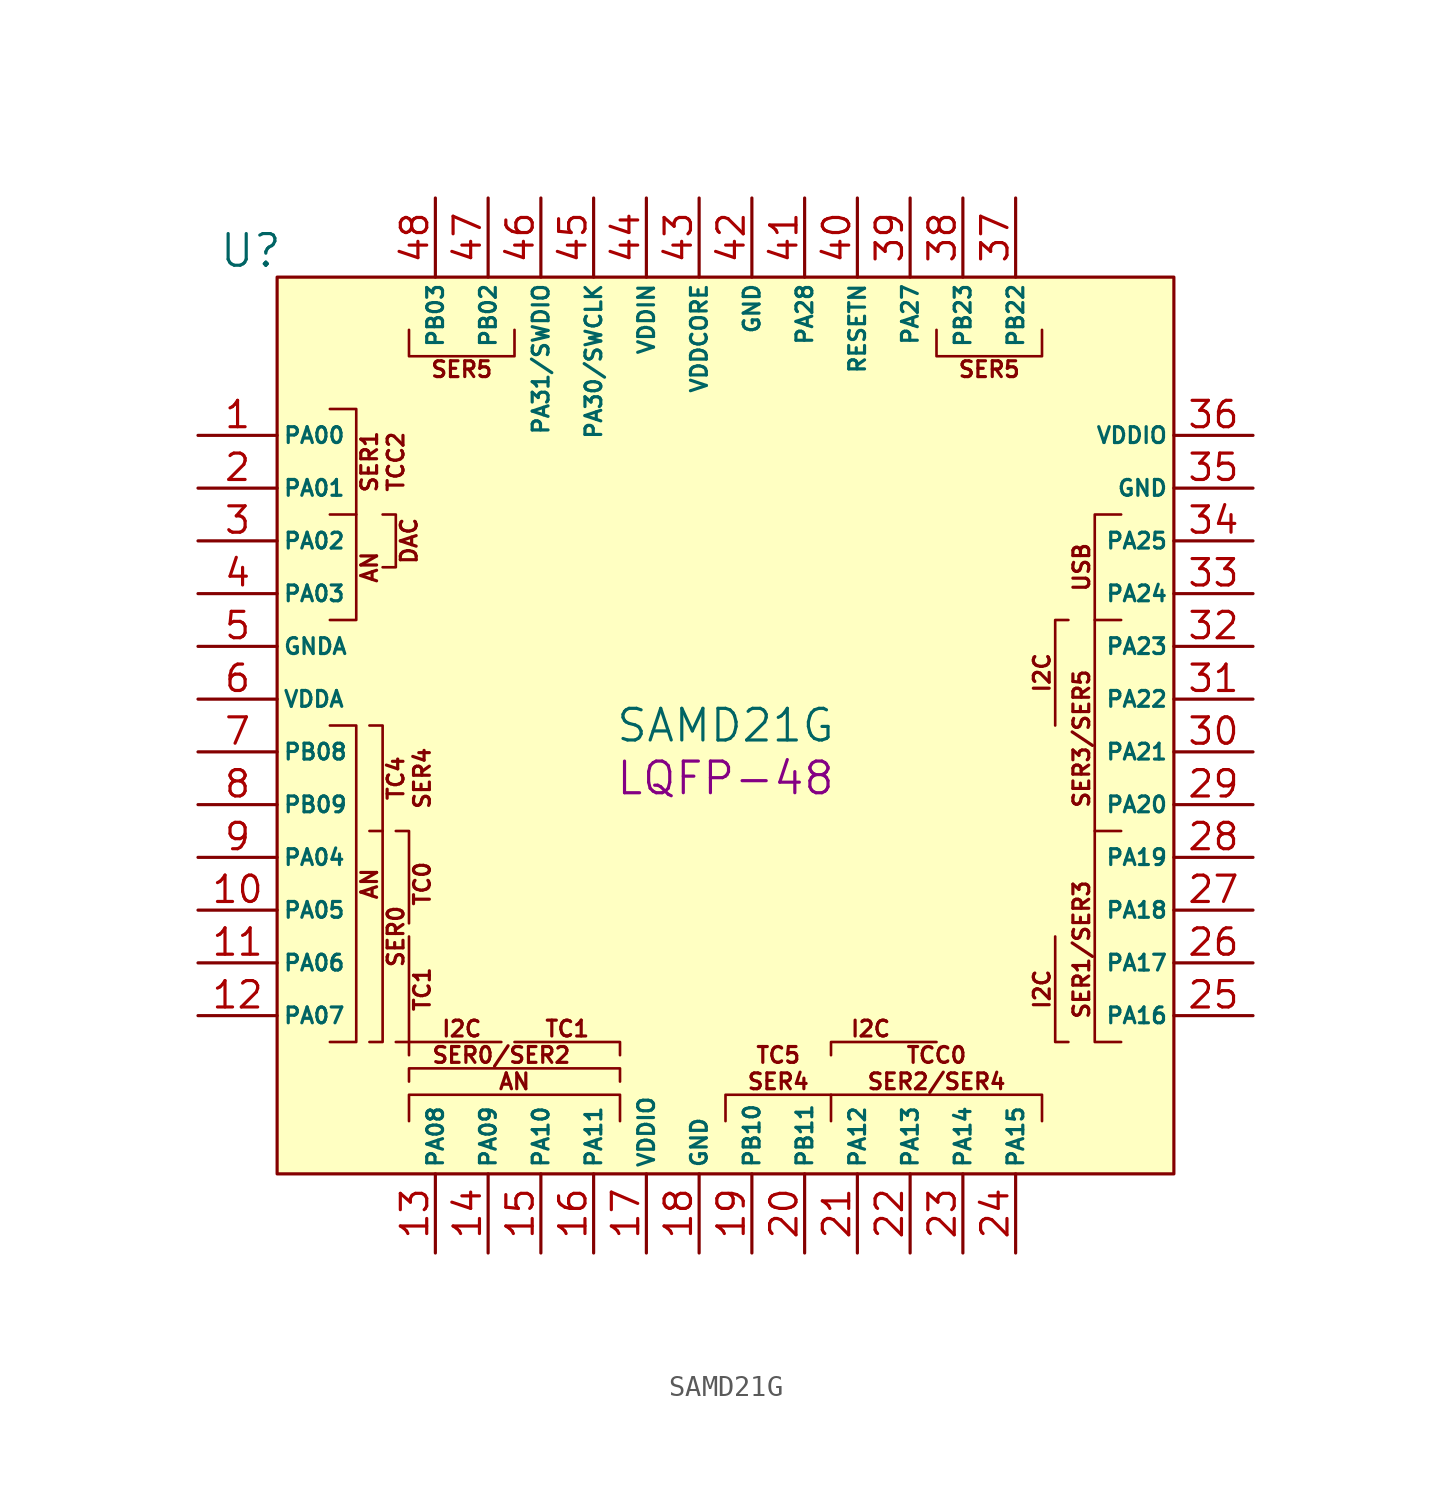
<source format=kicad_sym>
(kicad_symbol_lib
  (version 20220914)
  (generator kicad_symbol_editor)
  (symbol "SAMD21G"
    (pin_names
      (offset 0.254))
    (property "Reference" "U"
      (at -22.86 22.86 0)
      (effects (font (size 1.524 1.524))))
    (property "Value" "SAMD21G"
      (at 0 0 0)
      (effects (font (size 1.524 1.524))))
    (property "Footprint" "LQFP-48"
      (at 0 -2.54 0)
      (effects (font (size 1.524 1.524))))
    (property "Datasheet" ""
      (at 0 0 0)
      (effects (font (size 1.524 1.524))))
    (symbol "SAMD21G_0_0"
      (polyline (pts (xy 5.08 -15.875) (xy 5.08 -15.24) (xy 10.16 -15.24)) (stroke (width 0.127) (type default)) (fill (type none)))
      (polyline (pts (xy 16.51 -15.24) (xy 15.875 -15.24) (xy 15.875 -10.16)) (stroke (width 0.127) (type default)) (fill (type none)))
      (polyline (pts (xy 16.51 5.08) (xy 15.875 5.08) (xy 15.875 0)) (stroke (width 0.127) (type default)) (fill (type none)))
      (polyline (pts (xy 17.78 -5.08) (xy 17.78 5.08) (xy 19.05 5.08)) (stroke (width 0.127) (type default)) (fill (type none)))
      (polyline (pts (xy 17.78 5.08) (xy 17.78 10.16) (xy 19.05 10.16)) (stroke (width 0.127) (type default)) (fill (type none)))
      (polyline (pts (xy 10.16 19.05) (xy 10.16 17.78) (xy 15.24 17.78) (xy 15.24 19.05)) (stroke (width 0.127) (type default)) (fill (type none)))
      (polyline (pts (xy 19.05 -15.24) (xy 17.78 -15.24) (xy 17.78 -5.08) (xy 19.05 -5.08)) (stroke (width 0.127) (type default)) (fill (type none)))
      (text "AN" (at -17.145 -7.62 900) (effects (font (size 0.762 0.762))))
      (text "AN" (at -17.145 7.62 900) (effects (font (size 0.762 0.762))))
      (text "AN" (at -10.16 -17.145 0) (effects (font (size 0.762 0.762))))
      (text "I2C" (at 15.24 -12.7 900) (effects (font (size 0.762 0.762))))
      (text "I2C" (at 15.24 2.54 900) (effects (font (size 0.762 0.762))))
      (text "SER1" (at -17.145 12.7 900) (effects (font (size 0.762 0.762))))
      (text "SER1/SER3" (at 17.145 -10.795 900) (effects (font (size 0.762 0.762))))
      (text "SER2/SER4" (at 10.16 -17.145 0) (effects (font (size 0.762 0.762))))
      (text "SER3/SER5" (at 17.145 -0.635 900) (effects (font (size 0.762 0.762))))
      (text "TCC0" (at 10.16 -15.875 0) (effects (font (size 0.762 0.762))))
      (text "USB" (at 17.145 7.62 900) (effects (font (size 0.762 0.762)))))
    (symbol "SAMD21G_0_1"
      (rectangle (start -21.59 21.59) (end 21.59 -21.59) (stroke (width 0) (type default)) (fill (type background))))
    (symbol "SAMD21G_1_0"
      (polyline (pts (xy -15.24 -15.24) (xy -15.24 -15.875)) (stroke (width 0.127) (type default)) (fill (type none)))
      (polyline (pts (xy -10.795 -15.24) (xy -15.24 -15.24)) (stroke (width 0.127) (type default)) (fill (type none)))
      (polyline (pts (xy -19.05 5.08) (xy -17.78 5.08) (xy -17.78 10.16)) (stroke (width 0.127) (type default)) (fill (type none)))
      (polyline (pts (xy -16.51 -5.08) (xy -16.51 -15.24) (xy -17.145 -15.24)) (stroke (width 0.127) (type default)) (fill (type none)))
      (polyline (pts (xy -15.875 -15.24) (xy -15.24 -15.24) (xy -15.24 -10.16)) (stroke (width 0.127) (type default)) (fill (type none)))
      (polyline (pts (xy -15.875 -5.08) (xy -15.24 -5.08) (xy -15.24 -9.525)) (stroke (width 0.127) (type default)) (fill (type none)))
      (polyline (pts (xy -10.16 -15.24) (xy -5.08 -15.24) (xy -5.08 -15.875)) (stroke (width 0.127) (type default)) (fill (type none)))
      (polyline (pts (xy 5.08 -17.78) (xy 15.24 -17.78) (xy 15.24 -19.05)) (stroke (width 0.127) (type default)) (fill (type none)))
      (polyline (pts (xy -19.05 0) (xy -17.78 0) (xy -17.78 -15.24) (xy -19.05 -15.24)) (stroke (width 0.127) (type default)) (fill (type none)))
      (polyline (pts (xy -17.145 0) (xy -16.51 0) (xy -16.51 -5.08) (xy -17.145 -5.08)) (stroke (width 0.127) (type default)) (fill (type none)))
      (polyline (pts (xy -16.51 10.16) (xy -15.875 10.16) (xy -15.875 7.62) (xy -16.51 7.62)) (stroke (width 0.127) (type default)) (fill (type none)))
      (polyline (pts (xy -15.24 -19.05) (xy -15.24 -17.78) (xy -5.08 -17.78) (xy -5.08 -19.05)) (stroke (width 0.127) (type default)) (fill (type none)))
      (polyline (pts (xy -15.24 -17.145) (xy -15.24 -16.51) (xy -5.08 -16.51) (xy -5.08 -17.145)) (stroke (width 0.127) (type default)) (fill (type none)))
      (polyline (pts (xy 0 -19.05) (xy 0 -17.78) (xy 5.08 -17.78) (xy 5.08 -19.05)) (stroke (width 0.127) (type default)) (fill (type none)))
      (polyline (pts (xy -19.05 15.24) (xy -17.78 15.24) (xy -17.78 10.16) (xy -18.415 10.16) (xy -19.05 10.16)) (stroke (width 0.127) (type default)) (fill (type none)))
      (polyline (pts (xy -15.24 19.05) (xy -15.24 17.78) (xy -10.795 17.78) (xy -10.16 17.78) (xy -10.16 19.05)) (stroke (width 0.127) (type default)) (fill (type none)))
      (text "DAC" (at -15.24 8.89 900) (effects (font (size 0.762 0.762))))
      (text "I2C" (at -12.7 -14.605 0) (effects (font (size 0.762 0.762))))
      (text "I2C" (at 6.985 -14.605 0) (effects (font (size 0.762 0.762))))
      (text "SER0" (at -15.875 -10.16 900) (effects (font (size 0.762 0.762))))
      (text "SER0/SER2" (at -10.795 -15.875 0) (effects (font (size 0.762 0.762))))
      (text "SER4" (at -14.605 -2.54 900) (effects (font (size 0.762 0.762))))
      (text "SER4" (at 2.54 -17.145 0) (effects (font (size 0.762 0.762))))
      (text "SER5" (at -12.7 17.145 0) (effects (font (size 0.762 0.762))))
      (text "SER5" (at 12.7 17.145 0) (effects (font (size 0.762 0.762))))
      (text "TC0" (at -14.605 -7.62 900) (effects (font (size 0.762 0.762))))
      (text "TC1" (at -14.605 -12.7 900) (effects (font (size 0.762 0.762))))
      (text "TC1" (at -7.62 -14.605 0) (effects (font (size 0.762 0.762))))
      (text "TC4" (at -15.875 -2.54 900) (effects (font (size 0.762 0.762))))
      (text "TC5" (at 2.54 -15.875 0) (effects (font (size 0.762 0.762))))
      (text "TCC2" (at -15.875 12.7 900) (effects (font (size 0.762 0.762)))))
    (symbol "SAMD21G_1_1"
      (pin input line (at -25.4 13.97 0) (length 3.81) (name "PA00" (effects (font (size 0.762 0.762)))) (number "1" (effects (font (size 1.27 1.27)))))
      (pin input line (at -25.4 -8.89 0) (length 3.81) (name "PA05" (effects (font (size 0.762 0.762)))) (number "10" (effects (font (size 1.27 1.27)))))
      (pin input line (at -25.4 -11.43 0) (length 3.81) (name "PA06" (effects (font (size 0.762 0.762)))) (number "11" (effects (font (size 1.27 1.27)))))
      (pin input line (at -25.4 -13.97 0) (length 3.81) (name "PA07" (effects (font (size 0.762 0.762)))) (number "12" (effects (font (size 1.27 1.27)))))
      (pin input line (at -13.97 -25.4 90) (length 3.81) (name "PA08" (effects (font (size 0.762 0.762)))) (number "13" (effects (font (size 1.27 1.27)))))
      (pin input line (at -11.43 -25.4 90) (length 3.81) (name "PA09" (effects (font (size 0.762 0.762)))) (number "14" (effects (font (size 1.27 1.27)))))
      (pin input line (at -8.89 -25.4 90) (length 3.81) (name "PA10" (effects (font (size 0.762 0.762)))) (number "15" (effects (font (size 1.27 1.27)))))
      (pin input line (at -6.35 -25.4 90) (length 3.81) (name "PA11" (effects (font (size 0.762 0.762)))) (number "16" (effects (font (size 1.27 1.27)))))
      (pin input line (at -3.81 -25.4 90) (length 3.81) (name "VDDIO" (effects (font (size 0.762 0.762)))) (number "17" (effects (font (size 1.27 1.27)))))
      (pin input line (at -1.27 -25.4 90) (length 3.81) (name "GND" (effects (font (size 0.762 0.762)))) (number "18" (effects (font (size 1.27 1.27)))))
      (pin input line (at 1.27 -25.4 90) (length 3.81) (name "PB10" (effects (font (size 0.762 0.762)))) (number "19" (effects (font (size 1.27 1.27)))))
      (pin input line (at -25.4 11.43 0) (length 3.81) (name "PA01" (effects (font (size 0.762 0.762)))) (number "2" (effects (font (size 1.27 1.27)))))
      (pin input line (at 3.81 -25.4 90) (length 3.81) (name "PB11" (effects (font (size 0.762 0.762)))) (number "20" (effects (font (size 1.27 1.27)))))
      (pin input line (at 6.35 -25.4 90) (length 3.81) (name "PA12" (effects (font (size 0.762 0.762)))) (number "21" (effects (font (size 1.27 1.27)))))
      (pin input line (at 8.89 -25.4 90) (length 3.81) (name "PA13" (effects (font (size 0.762 0.762)))) (number "22" (effects (font (size 1.27 1.27)))))
      (pin input line (at 11.43 -25.4 90) (length 3.81) (name "PA14" (effects (font (size 0.762 0.762)))) (number "23" (effects (font (size 1.27 1.27)))))
      (pin input line (at 13.97 -25.4 90) (length 3.81) (name "PA15" (effects (font (size 0.762 0.762)))) (number "24" (effects (font (size 1.27 1.27)))))
      (pin input line (at 25.4 -13.97 180) (length 3.81) (name "PA16" (effects (font (size 0.762 0.762)))) (number "25" (effects (font (size 1.27 1.27)))))
      (pin input line (at 25.4 -11.43 180) (length 3.81) (name "PA17" (effects (font (size 0.762 0.762)))) (number "26" (effects (font (size 1.27 1.27)))))
      (pin input line (at 25.4 -8.89 180) (length 3.81) (name "PA18" (effects (font (size 0.762 0.762)))) (number "27" (effects (font (size 1.27 1.27)))))
      (pin input line (at 25.4 -6.35 180) (length 3.81) (name "PA19" (effects (font (size 0.762 0.762)))) (number "28" (effects (font (size 1.27 1.27)))))
      (pin input line (at 25.4 -3.81 180) (length 3.81) (name "PA20" (effects (font (size 0.762 0.762)))) (number "29" (effects (font (size 1.27 1.27)))))
      (pin input line (at -25.4 8.89 0) (length 3.81) (name "PA02" (effects (font (size 0.762 0.762)))) (number "3" (effects (font (size 1.27 1.27)))))
      (pin input line (at 25.4 -1.27 180) (length 3.81) (name "PA21" (effects (font (size 0.762 0.762)))) (number "30" (effects (font (size 1.27 1.27)))))
      (pin input line (at 25.4 1.27 180) (length 3.81) (name "PA22" (effects (font (size 0.762 0.762)))) (number "31" (effects (font (size 1.27 1.27)))))
      (pin input line (at 25.4 3.81 180) (length 3.81) (name "PA23" (effects (font (size 0.762 0.762)))) (number "32" (effects (font (size 1.27 1.27)))))
      (pin input line (at 25.4 6.35 180) (length 3.81) (name "PA24" (effects (font (size 0.762 0.762)))) (number "33" (effects (font (size 1.27 1.27)))))
      (pin input line (at 25.4 8.89 180) (length 3.81) (name "PA25" (effects (font (size 0.762 0.762)))) (number "34" (effects (font (size 1.27 1.27)))))
      (pin input line (at 25.4 11.43 180) (length 3.81) (name "GND" (effects (font (size 0.762 0.762)))) (number "35" (effects (font (size 1.27 1.27)))))
      (pin input line (at 25.4 13.97 180) (length 3.81) (name "VDDIO" (effects (font (size 0.762 0.762)))) (number "36" (effects (font (size 1.27 1.27)))))
      (pin input line (at 13.97 25.4 270) (length 3.81) (name "PB22" (effects (font (size 0.762 0.762)))) (number "37" (effects (font (size 1.27 1.27)))))
      (pin input line (at 11.43 25.4 270) (length 3.81) (name "PB23" (effects (font (size 0.762 0.762)))) (number "38" (effects (font (size 1.27 1.27)))))
      (pin input line (at 8.89 25.4 270) (length 3.81) (name "PA27" (effects (font (size 0.762 0.762)))) (number "39" (effects (font (size 1.27 1.27)))))
      (pin input line (at -25.4 6.35 0) (length 3.81) (name "PA03" (effects (font (size 0.762 0.762)))) (number "4" (effects (font (size 1.27 1.27)))))
      (pin input line (at 6.35 25.4 270) (length 3.81) (name "RESETN" (effects (font (size 0.762 0.762)))) (number "40" (effects (font (size 1.27 1.27)))))
      (pin input line (at 3.81 25.4 270) (length 3.81) (name "PA28" (effects (font (size 0.762 0.762)))) (number "41" (effects (font (size 1.27 1.27)))))
      (pin input line (at 1.27 25.4 270) (length 3.81) (name "GND" (effects (font (size 0.762 0.762)))) (number "42" (effects (font (size 1.27 1.27)))))
      (pin input line (at -1.27 25.4 270) (length 3.81) (name "VDDCORE" (effects (font (size 0.762 0.762)))) (number "43" (effects (font (size 1.27 1.27)))))
      (pin input line (at -3.81 25.4 270) (length 3.81) (name "VDDIN" (effects (font (size 0.762 0.762)))) (number "44" (effects (font (size 1.27 1.27)))))
      (pin input line (at -6.35 25.4 270) (length 3.81) (name "PA30/SWCLK" (effects (font (size 0.762 0.762)))) (number "45" (effects (font (size 1.27 1.27)))))
      (pin input line (at -8.89 25.4 270) (length 3.81) (name "PA31/SWDIO" (effects (font (size 0.762 0.762)))) (number "46" (effects (font (size 1.27 1.27)))))
      (pin input line (at -11.43 25.4 270) (length 3.81) (name "PB02" (effects (font (size 0.762 0.762)))) (number "47" (effects (font (size 1.27 1.27)))))
      (pin input line (at -13.97 25.4 270) (length 3.81) (name "PB03" (effects (font (size 0.762 0.762)))) (number "48" (effects (font (size 1.27 1.27)))))
      (pin input line (at -25.4 3.81 0) (length 3.81) (name "GNDA" (effects (font (size 0.762 0.762)))) (number "5" (effects (font (size 1.27 1.27)))))
      (pin input line (at -25.4 1.27 0) (length 3.81) (name "VDDA" (effects (font (size 0.762 0.762)))) (number "6" (effects (font (size 1.27 1.27)))))
      (pin input line (at -25.4 -1.27 0) (length 3.81) (name "PB08" (effects (font (size 0.762 0.762)))) (number "7" (effects (font (size 1.27 1.27)))))
      (pin input line (at -25.4 -3.81 0) (length 3.81) (name "PB09" (effects (font (size 0.762 0.762)))) (number "8" (effects (font (size 1.27 1.27)))))
      (pin input line (at -25.4 -6.35 0) (length 3.81) (name "PA04" (effects (font (size 0.762 0.762)))) (number "9" (effects (font (size 1.27 1.27))))))))
</source>
